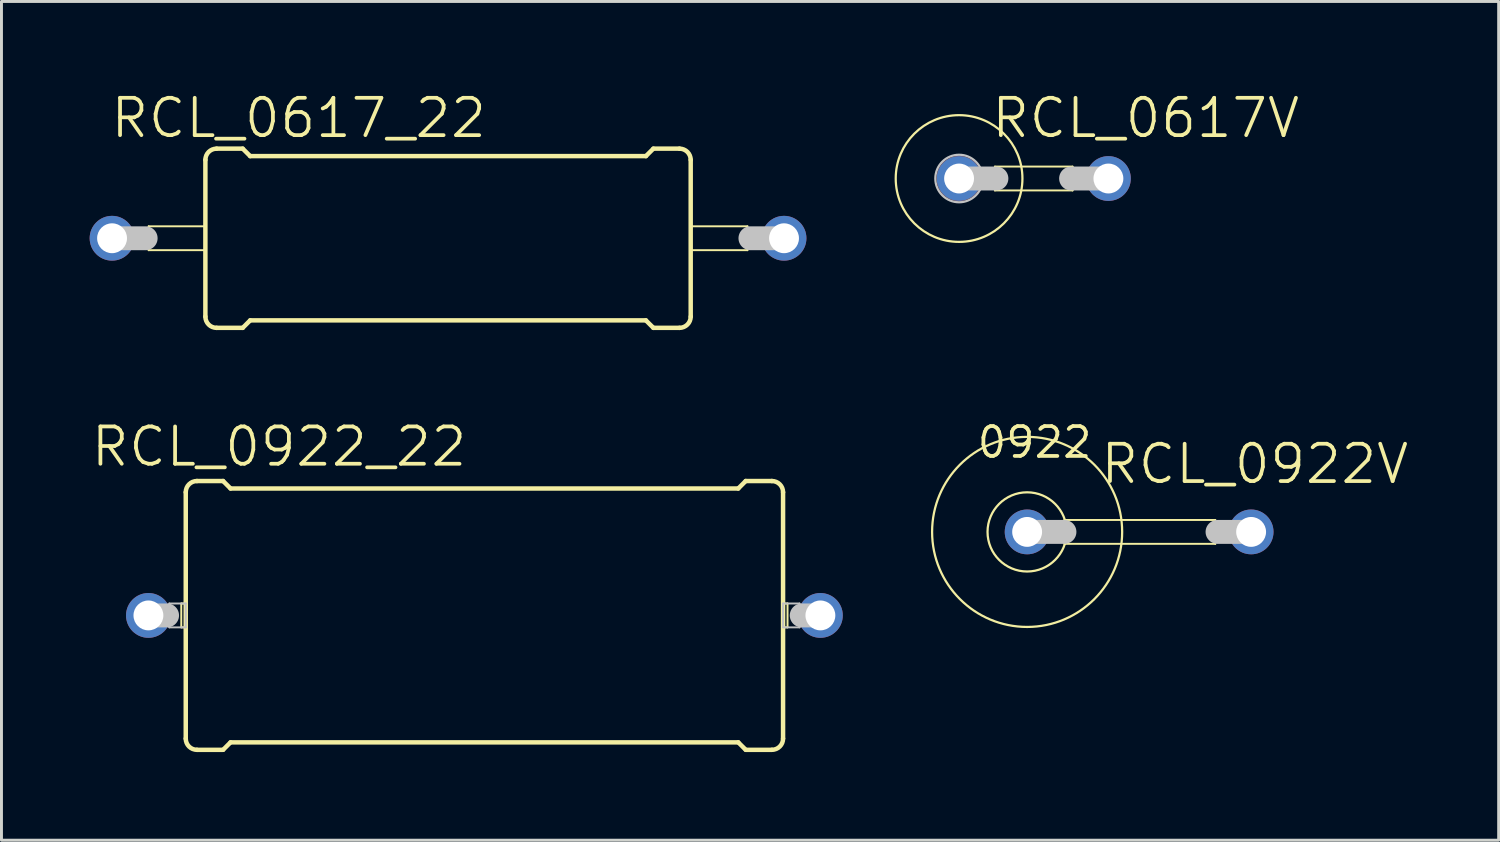
<source format=kicad_pcb>
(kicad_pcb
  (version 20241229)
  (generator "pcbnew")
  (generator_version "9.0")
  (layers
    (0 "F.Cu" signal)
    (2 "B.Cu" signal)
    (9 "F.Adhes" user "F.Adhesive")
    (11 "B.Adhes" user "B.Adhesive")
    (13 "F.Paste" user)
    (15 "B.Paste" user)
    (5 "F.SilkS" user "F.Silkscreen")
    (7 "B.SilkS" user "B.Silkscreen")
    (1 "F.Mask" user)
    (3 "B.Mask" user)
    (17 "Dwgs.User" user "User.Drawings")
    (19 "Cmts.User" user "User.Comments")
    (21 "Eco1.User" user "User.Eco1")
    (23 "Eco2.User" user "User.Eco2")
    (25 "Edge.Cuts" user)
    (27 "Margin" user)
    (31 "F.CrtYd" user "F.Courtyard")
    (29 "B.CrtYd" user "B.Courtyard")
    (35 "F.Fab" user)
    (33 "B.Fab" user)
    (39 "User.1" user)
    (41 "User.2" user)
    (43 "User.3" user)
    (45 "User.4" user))
  (footprint "RCL_0922V"
    (layer "F.Cu")
    (at 36.972 15.045)
    (property "Reference" "RCL_0922V" (at 2.667 -2.311 0) (layer "F.SilkS") (effects (font (size 1.27 1.27) (thickness 0.127))))
    (attr exclude_from_pos_files exclude_from_bom)
    (fp_line (start -3.81 -0.406) (end 1.321 -0.406) (stroke (width 0.066) (type solid)) (layer "F.SilkS"))
    (fp_line (start -3.81 0.406) (end -3.81 -0.406) (stroke (width 0.066) (type solid)) (layer "F.SilkS"))
    (fp_line (start -3.81 0.406) (end 1.321 0.406) (stroke (width 0.066) (type solid)) (layer "F.SilkS"))
    (fp_line (start 1.321 0.406) (end 1.321 -0.406) (stroke (width 0.066) (type solid)) (layer "F.SilkS"))
    (fp_circle (center -5.08 0) (end -7.366 2.286) (stroke (width 0.076) (type solid)) (fill no) (layer "F.SilkS"))
    (fp_circle (center -5.08 0) (end -6.032 0.953) (stroke (width 0.076) (type solid)) (fill no) (layer "F.SilkS"))
    (fp_line (start -5.08 0) (end -3.81 0) (stroke (width 0.813) (type solid)) (layer "Dwgs.User"))
    (fp_line (start 2.54 0) (end 1.397 0) (stroke (width 0.813) (type solid)) (layer "Dwgs.User"))
    (fp_text user "0922" (at -4.826 -3.048 0) (layer "F.SilkS") (effects (font (size 1.016 1.016) (thickness 0.127))))
    (pad "1" thru_hole circle (at -5.08 0) (size 1.524 1.524) (drill 1.016) (layers "*.Cu" "*.Paste" "*.Mask"))
    (pad "2" thru_hole circle (at 2.54 0) (size 1.524 1.524) (drill 1.016) (layers "*.Cu" "*.Paste" "*.Mask")))
  (footprint "RCL_0617_22"
    (layer "F.Cu")
    (at 12.192 5.055)
    (property "Reference" "RCL_0617_22" (at -5.08 -4.089 0) (layer "F.SilkS") (effects (font (size 1.27 1.27) (thickness 0.127))))
    (attr exclude_from_pos_files exclude_from_bom)
    (fp_line (start -10.185 -0.406) (end -8.255 -0.406) (stroke (width 0.066) (type solid)) (layer "F.SilkS"))
    (fp_line (start -10.185 0.406) (end -10.185 -0.406) (stroke (width 0.066) (type solid)) (layer "F.SilkS"))
    (fp_line (start -10.185 0.406) (end -8.255 0.406) (stroke (width 0.066) (type solid)) (layer "F.SilkS"))
    (fp_line (start -8.255 0.406) (end -8.255 -0.406) (stroke (width 0.066) (type solid)) (layer "F.SilkS"))
    (fp_line (start -8.255 2.667) (end -8.255 -2.667) (stroke (width 0.152) (type solid)) (layer "F.SilkS"))
    (fp_line (start -7.874 -3.048) (end -6.985 -3.048) (stroke (width 0.152) (type solid)) (layer "F.SilkS"))
    (fp_line (start -7.874 3.048) (end -6.985 3.048) (stroke (width 0.152) (type solid)) (layer "F.SilkS"))
    (fp_line (start -6.731 -2.794) (end -6.985 -3.048) (stroke (width 0.152) (type solid)) (layer "F.SilkS"))
    (fp_line (start -6.731 2.794) (end -6.985 3.048) (stroke (width 0.152) (type solid)) (layer "F.SilkS"))
    (fp_line (start 6.731 -2.794) (end -6.731 -2.794) (stroke (width 0.152) (type solid)) (layer "F.SilkS"))
    (fp_line (start 6.731 -2.794) (end 6.985 -3.048) (stroke (width 0.152) (type solid)) (layer "F.SilkS"))
    (fp_line (start 6.731 2.794) (end -6.731 2.794) (stroke (width 0.152) (type solid)) (layer "F.SilkS"))
    (fp_line (start 6.731 2.794) (end 6.985 3.048) (stroke (width 0.152) (type solid)) (layer "F.SilkS"))
    (fp_line (start 7.874 -3.048) (end 6.985 -3.048) (stroke (width 0.152) (type solid)) (layer "F.SilkS"))
    (fp_line (start 7.874 3.048) (end 6.985 3.048) (stroke (width 0.152) (type solid)) (layer "F.SilkS"))
    (fp_line (start 8.255 -0.406) (end 10.185 -0.406) (stroke (width 0.066) (type solid)) (layer "F.SilkS"))
    (fp_line (start 8.255 0.406) (end 8.255 -0.406) (stroke (width 0.066) (type solid)) (layer "F.SilkS"))
    (fp_line (start 8.255 0.406) (end 10.185 0.406) (stroke (width 0.066) (type solid)) (layer "F.SilkS"))
    (fp_line (start 8.255 2.667) (end 8.255 -2.667) (stroke (width 0.152) (type solid)) (layer "F.SilkS"))
    (fp_line (start 10.185 0.406) (end 10.185 -0.406) (stroke (width 0.066) (type solid)) (layer "F.SilkS"))
    (fp_arc (start -8.255 -2.667) (mid -8.143408 -2.936408) (end -7.874 -3.048) (stroke (width 0.1524) (type solid)) (layer "F.SilkS"))
    (fp_arc (start -7.874 3.048) (mid -8.143408 2.936408) (end -8.255 2.667) (stroke (width 0.1524) (type solid)) (layer "F.SilkS"))
    (fp_arc (start 7.874 -3.048) (mid 8.143408 -2.936408) (end 8.255 -2.667) (stroke (width 0.1524) (type solid)) (layer "F.SilkS"))
    (fp_arc (start 8.255 2.667) (mid 8.143408 2.936408) (end 7.874 3.048) (stroke (width 0.1524) (type solid)) (layer "F.SilkS"))
    (fp_line (start -10.287 0) (end -11.43 0) (stroke (width 0.813) (type solid)) (layer "Dwgs.User"))
    (fp_line (start 11.43 0) (end 10.287 0) (stroke (width 0.813) (type solid)) (layer "Dwgs.User"))
    (pad "1" thru_hole circle (at -11.43 0) (size 1.524 1.524) (drill 1.016) (layers "*.Cu" "*.Paste" "*.Mask"))
    (pad "2" thru_hole circle (at 11.43 0) (size 1.524 1.524) (drill 1.016) (layers "*.Cu" "*.Paste" "*.Mask")))
  (footprint "RCL_0922_22"
    (layer "F.Cu")
    (at 13.429 17.886)
    (property "Reference" "RCL_0922_22" (at -6.985 -5.74 0) (layer "F.SilkS") (effects (font (size 1.27 1.27) (thickness 0.127))))
    (attr exclude_from_pos_files exclude_from_bom)
    (fp_line (start -10.312 -0.406) (end -10.16 -0.406) (stroke (width 0.066) (type solid)) (layer "F.SilkS"))
    (fp_line (start -10.312 0.406) (end -10.312 -0.406) (stroke (width 0.066) (type solid)) (layer "F.SilkS"))
    (fp_line (start -10.312 0.406) (end -10.16 0.406) (stroke (width 0.066) (type solid)) (layer "F.SilkS"))
    (fp_line (start -10.16 0.406) (end -10.16 -0.406) (stroke (width 0.066) (type solid)) (layer "F.SilkS"))
    (fp_line (start -10.16 4.191) (end -10.16 -4.191) (stroke (width 0.152) (type solid)) (layer "F.SilkS"))
    (fp_line (start -9.779 -4.572) (end -8.89 -4.572) (stroke (width 0.152) (type solid)) (layer "F.SilkS"))
    (fp_line (start -9.779 4.572) (end -8.89 4.572) (stroke (width 0.152) (type solid)) (layer "F.SilkS"))
    (fp_line (start -8.636 -4.318) (end -8.89 -4.572) (stroke (width 0.152) (type solid)) (layer "F.SilkS"))
    (fp_line (start -8.636 4.318) (end -8.89 4.572) (stroke (width 0.152) (type solid)) (layer "F.SilkS"))
    (fp_line (start 8.636 -4.318) (end -8.636 -4.318) (stroke (width 0.152) (type solid)) (layer "F.SilkS"))
    (fp_line (start 8.636 -4.318) (end 8.89 -4.572) (stroke (width 0.152) (type solid)) (layer "F.SilkS"))
    (fp_line (start 8.636 4.318) (end -8.636 4.318) (stroke (width 0.152) (type solid)) (layer "F.SilkS"))
    (fp_line (start 8.636 4.318) (end 8.89 4.572) (stroke (width 0.152) (type solid)) (layer "F.SilkS"))
    (fp_line (start 9.779 -4.572) (end 8.89 -4.572) (stroke (width 0.152) (type solid)) (layer "F.SilkS"))
    (fp_line (start 9.779 4.572) (end 8.89 4.572) (stroke (width 0.152) (type solid)) (layer "F.SilkS"))
    (fp_line (start 10.16 -0.406) (end 10.312 -0.406) (stroke (width 0.066) (type solid)) (layer "F.SilkS"))
    (fp_line (start 10.16 0.406) (end 10.16 -0.406) (stroke (width 0.066) (type solid)) (layer "F.SilkS"))
    (fp_line (start 10.16 0.406) (end 10.312 0.406) (stroke (width 0.066) (type solid)) (layer "F.SilkS"))
    (fp_line (start 10.16 4.191) (end 10.16 -4.191) (stroke (width 0.152) (type solid)) (layer "F.SilkS"))
    (fp_line (start 10.312 0.406) (end 10.312 -0.406) (stroke (width 0.066) (type solid)) (layer "F.SilkS"))
    (fp_arc (start -10.16 -4.191) (mid -10.048408 -4.460408) (end -9.779 -4.572) (stroke (width 0.1524) (type solid)) (layer "F.SilkS"))
    (fp_arc (start -9.779 4.572) (mid -10.048408 4.460408) (end -10.16 4.191) (stroke (width 0.1524) (type solid)) (layer "F.SilkS"))
    (fp_arc (start 9.779 -4.572) (mid 10.048408 -4.460408) (end 10.16 -4.191) (stroke (width 0.1524) (type solid)) (layer "F.SilkS"))
    (fp_arc (start 10.16 4.191) (mid 10.048408 4.460408) (end 9.779 4.572) (stroke (width 0.1524) (type solid)) (layer "F.SilkS"))
    (fp_line (start -11.43 0) (end -10.795 0) (stroke (width 0.813) (type solid)) (layer "Dwgs.User"))
    (fp_line (start -10.719 -0.406) (end -10.16 -0.406) (stroke (width 0.066) (type solid)) (layer "Dwgs.User"))
    (fp_line (start -10.719 0.406) (end -10.719 -0.406) (stroke (width 0.066) (type solid)) (layer "Dwgs.User"))
    (fp_line (start -10.719 0.406) (end -10.16 0.406) (stroke (width 0.066) (type solid)) (layer "Dwgs.User"))
    (fp_line (start -10.16 0.406) (end -10.16 -0.406) (stroke (width 0.066) (type solid)) (layer "Dwgs.User"))
    (fp_line (start 10.16 -0.406) (end 10.719 -0.406) (stroke (width 0.066) (type solid)) (layer "Dwgs.User"))
    (fp_line (start 10.16 0.406) (end 10.16 -0.406) (stroke (width 0.066) (type solid)) (layer "Dwgs.User"))
    (fp_line (start 10.16 0.406) (end 10.719 0.406) (stroke (width 0.066) (type solid)) (layer "Dwgs.User"))
    (fp_line (start 10.719 0.406) (end 10.719 -0.406) (stroke (width 0.066) (type solid)) (layer "Dwgs.User"))
    (fp_line (start 11.43 0) (end 10.795 0) (stroke (width 0.813) (type solid)) (layer "Dwgs.User"))
    (pad "1" thru_hole circle (at -11.43 0) (size 1.524 1.524) (drill 1.016) (layers "*.Cu" "*.Paste" "*.Mask"))
    (pad "2" thru_hole circle (at 11.43 0) (size 1.524 1.524) (drill 1.016) (layers "*.Cu" "*.Paste" "*.Mask")))
  (footprint "RCL_0617V"
    (layer "F.Cu")
    (at 32.117 3.023)
    (property "Reference" "RCL_0617V" (at 3.81 -2.057 0) (layer "F.SilkS") (effects (font (size 1.27 1.27) (thickness 0.127))))
    (attr exclude_from_pos_files exclude_from_bom)
    (fp_line (start -1.321 -0.406) (end 1.321 -0.406) (stroke (width 0.066) (type solid)) (layer "F.SilkS"))
    (fp_line (start -1.321 0.406) (end -1.321 -0.406) (stroke (width 0.066) (type solid)) (layer "F.SilkS"))
    (fp_line (start -1.321 0.406) (end 1.321 0.406) (stroke (width 0.066) (type solid)) (layer "F.SilkS"))
    (fp_line (start 1.321 0.406) (end 1.321 -0.406) (stroke (width 0.066) (type solid)) (layer "F.SilkS"))
    (fp_circle (center -2.54 0) (end -4.064 1.524) (stroke (width 0.076) (type solid)) (fill no) (layer "F.SilkS"))
    (fp_line (start -2.54 0) (end -1.27 0) (stroke (width 0.813) (type solid)) (layer "Dwgs.User"))
    (fp_line (start 1.27 0) (end 2.54 0) (stroke (width 0.813) (type solid)) (layer "Dwgs.User"))
    (fp_circle (center -2.54 0) (end -3.111 0.572) (stroke (width 0.076) (type solid)) (fill no) (layer "Dwgs.User"))
    (pad "1" thru_hole circle (at -2.54 0) (size 1.524 1.524) (drill 1.016) (layers "*.Cu" "*.Paste" "*.Mask"))
    (pad "2" thru_hole circle (at 2.54 0) (size 1.524 1.524) (drill 1.016) (layers "*.Cu" "*.Paste" "*.Mask")))
  (gr_rect
    (start -3 -3)
    (end 47.933 25.534)
    (stroke (width 0.1) (type default))
    (fill no)
    (layer "Edge.Cuts")))
</source>
